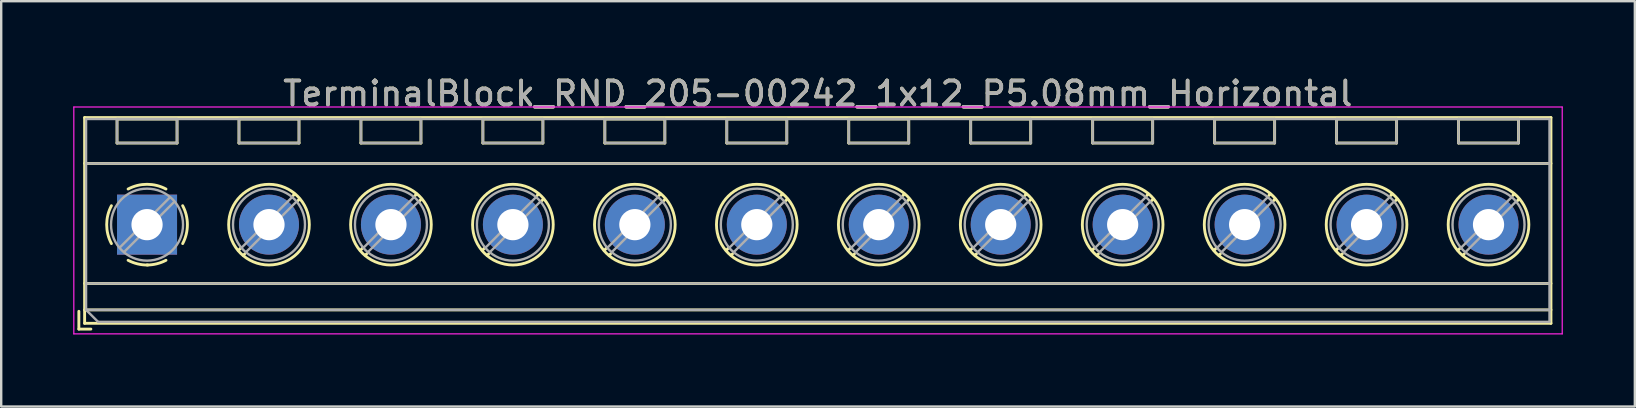
<source format=kicad_pcb>
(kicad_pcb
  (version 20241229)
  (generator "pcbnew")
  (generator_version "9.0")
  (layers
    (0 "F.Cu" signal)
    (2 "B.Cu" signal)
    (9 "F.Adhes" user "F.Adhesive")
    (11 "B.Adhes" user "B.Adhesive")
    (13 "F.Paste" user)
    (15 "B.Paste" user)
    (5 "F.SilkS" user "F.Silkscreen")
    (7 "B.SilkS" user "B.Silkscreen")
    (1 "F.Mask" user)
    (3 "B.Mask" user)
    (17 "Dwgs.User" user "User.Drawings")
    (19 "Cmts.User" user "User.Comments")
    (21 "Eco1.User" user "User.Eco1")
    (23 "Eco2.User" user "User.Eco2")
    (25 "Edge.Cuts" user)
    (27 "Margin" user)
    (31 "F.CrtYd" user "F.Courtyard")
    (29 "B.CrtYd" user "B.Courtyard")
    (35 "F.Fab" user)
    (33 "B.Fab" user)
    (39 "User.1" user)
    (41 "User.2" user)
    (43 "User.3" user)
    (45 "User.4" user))
  (footprint "TerminalBlock_RND_205-00242_1x12_P5.08mm_Horizontal"
    (layer "F.Cu")
    (at 3.075 6.308)
    (property "Reference" "TerminalBlock_RND_205-00242_1x12_P5.08mm_Horizontal" (at 27.94 -5.46 0) (layer "F.SilkS") (effects (font (size 1 1) (thickness 0.15))))
    (attr through_hole)
    (fp_line (start -2.84 3.61) (end -2.84 4.35) (stroke (width 0.12) (type solid)) (layer "F.SilkS"))
    (fp_line (start -2.84 4.35) (end -2.34 4.35) (stroke (width 0.12) (type solid)) (layer "F.SilkS"))
    (fp_line (start -2.6 -4.46) (end -2.6 4.11) (stroke (width 0.12) (type solid)) (layer "F.SilkS"))
    (fp_line (start -2.6 -4.46) (end 58.48 -4.46) (stroke (width 0.12) (type solid)) (layer "F.SilkS"))
    (fp_line (start -2.6 -2.55) (end 58.48 -2.55) (stroke (width 0.12) (type solid)) (layer "F.SilkS"))
    (fp_line (start -2.6 2.45) (end 58.48 2.45) (stroke (width 0.12) (type solid)) (layer "F.SilkS"))
    (fp_line (start -2.6 3.55) (end 58.48 3.55) (stroke (width 0.12) (type solid)) (layer "F.SilkS"))
    (fp_line (start -2.6 4.11) (end 58.48 4.11) (stroke (width 0.12) (type solid)) (layer "F.SilkS"))
    (fp_line (start -1.25 -4.4) (end -1.25 -3.4) (stroke (width 0.12) (type solid)) (layer "F.SilkS"))
    (fp_line (start -1.25 -4.4) (end 1.25 -4.4) (stroke (width 0.12) (type solid)) (layer "F.SilkS"))
    (fp_line (start -1.25 -3.4) (end 1.25 -3.4) (stroke (width 0.12) (type solid)) (layer "F.SilkS"))
    (fp_line (start 1.25 -4.4) (end 1.25 -3.4) (stroke (width 0.12) (type solid)) (layer "F.SilkS"))
    (fp_line (start 3.83 -4.4) (end 3.83 -3.4) (stroke (width 0.12) (type solid)) (layer "F.SilkS"))
    (fp_line (start 3.83 -4.4) (end 6.33 -4.4) (stroke (width 0.12) (type solid)) (layer "F.SilkS"))
    (fp_line (start 3.83 -3.4) (end 6.33 -3.4) (stroke (width 0.12) (type solid)) (layer "F.SilkS"))
    (fp_line (start 3.9 0.976) (end 3.806 1.069) (stroke (width 0.12) (type solid)) (layer "F.SilkS"))
    (fp_line (start 4.07 1.216) (end 4.011 1.274) (stroke (width 0.12) (type solid)) (layer "F.SilkS"))
    (fp_line (start 6.15 -1.275) (end 6.091 -1.216) (stroke (width 0.12) (type solid)) (layer "F.SilkS"))
    (fp_line (start 6.33 -4.4) (end 6.33 -3.4) (stroke (width 0.12) (type solid)) (layer "F.SilkS"))
    (fp_line (start 6.355 -1.069) (end 6.261 -0.976) (stroke (width 0.12) (type solid)) (layer "F.SilkS"))
    (fp_line (start 8.91 -4.4) (end 8.91 -3.4) (stroke (width 0.12) (type solid)) (layer "F.SilkS"))
    (fp_line (start 8.91 -4.4) (end 11.41 -4.4) (stroke (width 0.12) (type solid)) (layer "F.SilkS"))
    (fp_line (start 8.91 -3.4) (end 11.41 -3.4) (stroke (width 0.12) (type solid)) (layer "F.SilkS"))
    (fp_line (start 8.98 0.976) (end 8.886 1.069) (stroke (width 0.12) (type solid)) (layer "F.SilkS"))
    (fp_line (start 9.15 1.216) (end 9.091 1.274) (stroke (width 0.12) (type solid)) (layer "F.SilkS"))
    (fp_line (start 11.23 -1.275) (end 11.171 -1.216) (stroke (width 0.12) (type solid)) (layer "F.SilkS"))
    (fp_line (start 11.41 -4.4) (end 11.41 -3.4) (stroke (width 0.12) (type solid)) (layer "F.SilkS"))
    (fp_line (start 11.435 -1.069) (end 11.341 -0.976) (stroke (width 0.12) (type solid)) (layer "F.SilkS"))
    (fp_line (start 13.99 -4.4) (end 13.99 -3.4) (stroke (width 0.12) (type solid)) (layer "F.SilkS"))
    (fp_line (start 13.99 -4.4) (end 16.49 -4.4) (stroke (width 0.12) (type solid)) (layer "F.SilkS"))
    (fp_line (start 13.99 -3.4) (end 16.49 -3.4) (stroke (width 0.12) (type solid)) (layer "F.SilkS"))
    (fp_line (start 14.06 0.976) (end 13.966 1.069) (stroke (width 0.12) (type solid)) (layer "F.SilkS"))
    (fp_line (start 14.23 1.216) (end 14.171 1.274) (stroke (width 0.12) (type solid)) (layer "F.SilkS"))
    (fp_line (start 16.31 -1.275) (end 16.251 -1.216) (stroke (width 0.12) (type solid)) (layer "F.SilkS"))
    (fp_line (start 16.49 -4.4) (end 16.49 -3.4) (stroke (width 0.12) (type solid)) (layer "F.SilkS"))
    (fp_line (start 16.515 -1.069) (end 16.421 -0.976) (stroke (width 0.12) (type solid)) (layer "F.SilkS"))
    (fp_line (start 19.07 -4.4) (end 19.07 -3.4) (stroke (width 0.12) (type solid)) (layer "F.SilkS"))
    (fp_line (start 19.07 -4.4) (end 21.57 -4.4) (stroke (width 0.12) (type solid)) (layer "F.SilkS"))
    (fp_line (start 19.07 -3.4) (end 21.57 -3.4) (stroke (width 0.12) (type solid)) (layer "F.SilkS"))
    (fp_line (start 19.14 0.976) (end 19.046 1.069) (stroke (width 0.12) (type solid)) (layer "F.SilkS"))
    (fp_line (start 19.31 1.216) (end 19.251 1.274) (stroke (width 0.12) (type solid)) (layer "F.SilkS"))
    (fp_line (start 21.39 -1.275) (end 21.331 -1.216) (stroke (width 0.12) (type solid)) (layer "F.SilkS"))
    (fp_line (start 21.57 -4.4) (end 21.57 -3.4) (stroke (width 0.12) (type solid)) (layer "F.SilkS"))
    (fp_line (start 21.595 -1.069) (end 21.501 -0.976) (stroke (width 0.12) (type solid)) (layer "F.SilkS"))
    (fp_line (start 24.15 -4.4) (end 24.15 -3.4) (stroke (width 0.12) (type solid)) (layer "F.SilkS"))
    (fp_line (start 24.15 -4.4) (end 26.65 -4.4) (stroke (width 0.12) (type solid)) (layer "F.SilkS"))
    (fp_line (start 24.15 -3.4) (end 26.65 -3.4) (stroke (width 0.12) (type solid)) (layer "F.SilkS"))
    (fp_line (start 24.22 0.976) (end 24.126 1.069) (stroke (width 0.12) (type solid)) (layer "F.SilkS"))
    (fp_line (start 24.39 1.216) (end 24.331 1.274) (stroke (width 0.12) (type solid)) (layer "F.SilkS"))
    (fp_line (start 26.47 -1.275) (end 26.411 -1.216) (stroke (width 0.12) (type solid)) (layer "F.SilkS"))
    (fp_line (start 26.65 -4.4) (end 26.65 -3.4) (stroke (width 0.12) (type solid)) (layer "F.SilkS"))
    (fp_line (start 26.675 -1.069) (end 26.581 -0.976) (stroke (width 0.12) (type solid)) (layer "F.SilkS"))
    (fp_line (start 29.23 -4.4) (end 29.23 -3.4) (stroke (width 0.12) (type solid)) (layer "F.SilkS"))
    (fp_line (start 29.23 -4.4) (end 31.73 -4.4) (stroke (width 0.12) (type solid)) (layer "F.SilkS"))
    (fp_line (start 29.23 -3.4) (end 31.73 -3.4) (stroke (width 0.12) (type solid)) (layer "F.SilkS"))
    (fp_line (start 29.3 0.976) (end 29.206 1.069) (stroke (width 0.12) (type solid)) (layer "F.SilkS"))
    (fp_line (start 29.47 1.216) (end 29.411 1.274) (stroke (width 0.12) (type solid)) (layer "F.SilkS"))
    (fp_line (start 31.55 -1.275) (end 31.491 -1.216) (stroke (width 0.12) (type solid)) (layer "F.SilkS"))
    (fp_line (start 31.73 -4.4) (end 31.73 -3.4) (stroke (width 0.12) (type solid)) (layer "F.SilkS"))
    (fp_line (start 31.755 -1.069) (end 31.661 -0.976) (stroke (width 0.12) (type solid)) (layer "F.SilkS"))
    (fp_line (start 34.31 -4.4) (end 34.31 -3.4) (stroke (width 0.12) (type solid)) (layer "F.SilkS"))
    (fp_line (start 34.31 -4.4) (end 36.81 -4.4) (stroke (width 0.12) (type solid)) (layer "F.SilkS"))
    (fp_line (start 34.31 -3.4) (end 36.81 -3.4) (stroke (width 0.12) (type solid)) (layer "F.SilkS"))
    (fp_line (start 34.38 0.976) (end 34.286 1.069) (stroke (width 0.12) (type solid)) (layer "F.SilkS"))
    (fp_line (start 34.55 1.216) (end 34.491 1.274) (stroke (width 0.12) (type solid)) (layer "F.SilkS"))
    (fp_line (start 36.63 -1.275) (end 36.571 -1.216) (stroke (width 0.12) (type solid)) (layer "F.SilkS"))
    (fp_line (start 36.81 -4.4) (end 36.81 -3.4) (stroke (width 0.12) (type solid)) (layer "F.SilkS"))
    (fp_line (start 36.835 -1.069) (end 36.741 -0.976) (stroke (width 0.12) (type solid)) (layer "F.SilkS"))
    (fp_line (start 39.39 -4.4) (end 39.39 -3.4) (stroke (width 0.12) (type solid)) (layer "F.SilkS"))
    (fp_line (start 39.39 -4.4) (end 41.89 -4.4) (stroke (width 0.12) (type solid)) (layer "F.SilkS"))
    (fp_line (start 39.39 -3.4) (end 41.89 -3.4) (stroke (width 0.12) (type solid)) (layer "F.SilkS"))
    (fp_line (start 39.46 0.976) (end 39.366 1.069) (stroke (width 0.12) (type solid)) (layer "F.SilkS"))
    (fp_line (start 39.63 1.216) (end 39.571 1.274) (stroke (width 0.12) (type solid)) (layer "F.SilkS"))
    (fp_line (start 41.71 -1.275) (end 41.651 -1.216) (stroke (width 0.12) (type solid)) (layer "F.SilkS"))
    (fp_line (start 41.89 -4.4) (end 41.89 -3.4) (stroke (width 0.12) (type solid)) (layer "F.SilkS"))
    (fp_line (start 41.915 -1.069) (end 41.821 -0.976) (stroke (width 0.12) (type solid)) (layer "F.SilkS"))
    (fp_line (start 44.47 -4.4) (end 44.47 -3.4) (stroke (width 0.12) (type solid)) (layer "F.SilkS"))
    (fp_line (start 44.47 -4.4) (end 46.97 -4.4) (stroke (width 0.12) (type solid)) (layer "F.SilkS"))
    (fp_line (start 44.47 -3.4) (end 46.97 -3.4) (stroke (width 0.12) (type solid)) (layer "F.SilkS"))
    (fp_line (start 44.54 0.976) (end 44.446 1.069) (stroke (width 0.12) (type solid)) (layer "F.SilkS"))
    (fp_line (start 44.71 1.216) (end 44.651 1.274) (stroke (width 0.12) (type solid)) (layer "F.SilkS"))
    (fp_line (start 46.79 -1.275) (end 46.731 -1.216) (stroke (width 0.12) (type solid)) (layer "F.SilkS"))
    (fp_line (start 46.97 -4.4) (end 46.97 -3.4) (stroke (width 0.12) (type solid)) (layer "F.SilkS"))
    (fp_line (start 46.995 -1.069) (end 46.901 -0.976) (stroke (width 0.12) (type solid)) (layer "F.SilkS"))
    (fp_line (start 49.55 -4.4) (end 49.55 -3.4) (stroke (width 0.12) (type solid)) (layer "F.SilkS"))
    (fp_line (start 49.55 -4.4) (end 52.05 -4.4) (stroke (width 0.12) (type solid)) (layer "F.SilkS"))
    (fp_line (start 49.55 -3.4) (end 52.05 -3.4) (stroke (width 0.12) (type solid)) (layer "F.SilkS"))
    (fp_line (start 49.62 0.976) (end 49.526 1.069) (stroke (width 0.12) (type solid)) (layer "F.SilkS"))
    (fp_line (start 49.79 1.216) (end 49.731 1.274) (stroke (width 0.12) (type solid)) (layer "F.SilkS"))
    (fp_line (start 51.87 -1.275) (end 51.811 -1.216) (stroke (width 0.12) (type solid)) (layer "F.SilkS"))
    (fp_line (start 52.05 -4.4) (end 52.05 -3.4) (stroke (width 0.12) (type solid)) (layer "F.SilkS"))
    (fp_line (start 52.075 -1.069) (end 51.981 -0.976) (stroke (width 0.12) (type solid)) (layer "F.SilkS"))
    (fp_line (start 54.63 -4.4) (end 54.63 -3.4) (stroke (width 0.12) (type solid)) (layer "F.SilkS"))
    (fp_line (start 54.63 -4.4) (end 57.13 -4.4) (stroke (width 0.12) (type solid)) (layer "F.SilkS"))
    (fp_line (start 54.63 -3.4) (end 57.13 -3.4) (stroke (width 0.12) (type solid)) (layer "F.SilkS"))
    (fp_line (start 54.7 0.976) (end 54.606 1.069) (stroke (width 0.12) (type solid)) (layer "F.SilkS"))
    (fp_line (start 54.87 1.216) (end 54.811 1.274) (stroke (width 0.12) (type solid)) (layer "F.SilkS"))
    (fp_line (start 56.95 -1.275) (end 56.891 -1.216) (stroke (width 0.12) (type solid)) (layer "F.SilkS"))
    (fp_line (start 57.13 -4.4) (end 57.13 -3.4) (stroke (width 0.12) (type solid)) (layer "F.SilkS"))
    (fp_line (start 57.155 -1.069) (end 57.061 -0.976) (stroke (width 0.12) (type solid)) (layer "F.SilkS"))
    (fp_line (start 58.48 -4.46) (end 58.48 4.11) (stroke (width 0.12) (type solid)) (layer "F.SilkS"))
    (fp_arc (start -1.483953 0.789089) (mid -1.680708 0.00005) (end -1.484 -0.789) (stroke (width 0.12) (type solid)) (layer "F.SilkS"))
    (fp_arc (start -0.789089 -1.483953) (mid -0.00005 -1.680708) (end 0.789 -1.484) (stroke (width 0.12) (type solid)) (layer "F.SilkS"))
    (fp_arc (start 0.029383 1.68045) (mid -0.392304 1.634281) (end -0.789 1.484) (stroke (width 0.12) (type solid)) (layer "F.SilkS"))
    (fp_arc (start 0.788712 1.483352) (mid 0.406429 1.630097) (end 0 1.68) (stroke (width 0.12) (type solid)) (layer "F.SilkS"))
    (fp_arc (start 1.483953 -0.789089) (mid 1.680708 -0.00005) (end 1.484 0.789) (stroke (width 0.12) (type solid)) (layer "F.SilkS"))
    (fp_circle (center 5.08 0) (end 6.76 0) (stroke (width 0.12) (type solid)) (fill no) (layer "F.SilkS"))
    (fp_circle (center 10.16 0) (end 11.84 0) (stroke (width 0.12) (type solid)) (fill no) (layer "F.SilkS"))
    (fp_circle (center 15.24 0) (end 16.92 0) (stroke (width 0.12) (type solid)) (fill no) (layer "F.SilkS"))
    (fp_circle (center 20.32 0) (end 22 0) (stroke (width 0.12) (type solid)) (fill no) (layer "F.SilkS"))
    (fp_circle (center 25.4 0) (end 27.08 0) (stroke (width 0.12) (type solid)) (fill no) (layer "F.SilkS"))
    (fp_circle (center 30.48 0) (end 32.16 0) (stroke (width 0.12) (type solid)) (fill no) (layer "F.SilkS"))
    (fp_circle (center 35.56 0) (end 37.24 0) (stroke (width 0.12) (type solid)) (fill no) (layer "F.SilkS"))
    (fp_circle (center 40.64 0) (end 42.32 0) (stroke (width 0.12) (type solid)) (fill no) (layer "F.SilkS"))
    (fp_circle (center 45.72 0) (end 47.4 0) (stroke (width 0.12) (type solid)) (fill no) (layer "F.SilkS"))
    (fp_circle (center 50.8 0) (end 52.48 0) (stroke (width 0.12) (type solid)) (fill no) (layer "F.SilkS"))
    (fp_circle (center 55.88 0) (end 57.56 0) (stroke (width 0.12) (type solid)) (fill no) (layer "F.SilkS"))
    (fp_line (start -3.05 -4.9) (end -3.05 4.55) (stroke (width 0.05) (type solid)) (layer "F.CrtYd"))
    (fp_line (start -3.05 4.55) (end 58.95 4.55) (stroke (width 0.05) (type solid)) (layer "F.CrtYd"))
    (fp_line (start 58.95 -4.9) (end -3.05 -4.9) (stroke (width 0.05) (type solid)) (layer "F.CrtYd"))
    (fp_line (start 58.95 4.55) (end 58.95 -4.9) (stroke (width 0.05) (type solid)) (layer "F.CrtYd"))
    (fp_line (start -2.54 -4.4) (end 58.42 -4.4) (stroke (width 0.1) (type solid)) (layer "F.Fab"))
    (fp_line (start -2.54 -2.55) (end 58.42 -2.55) (stroke (width 0.1) (type solid)) (layer "F.Fab"))
    (fp_line (start -2.54 2.45) (end 58.42 2.45) (stroke (width 0.1) (type solid)) (layer "F.Fab"))
    (fp_line (start -2.54 3.55) (end -2.54 -4.4) (stroke (width 0.1) (type solid)) (layer "F.Fab"))
    (fp_line (start -2.54 3.55) (end 58.42 3.55) (stroke (width 0.1) (type solid)) (layer "F.Fab"))
    (fp_line (start -2.04 4.05) (end -2.54 3.55) (stroke (width 0.1) (type solid)) (layer "F.Fab"))
    (fp_line (start -1.25 -4.4) (end -1.25 -3.4) (stroke (width 0.1) (type solid)) (layer "F.Fab"))
    (fp_line (start -1.25 -3.4) (end 1.25 -3.4) (stroke (width 0.1) (type solid)) (layer "F.Fab"))
    (fp_line (start 0.955 -1.138) (end -1.138 0.955) (stroke (width 0.1) (type solid)) (layer "F.Fab"))
    (fp_line (start 1.138 -0.955) (end -0.955 1.138) (stroke (width 0.1) (type solid)) (layer "F.Fab"))
    (fp_line (start 1.25 -4.4) (end -1.25 -4.4) (stroke (width 0.1) (type solid)) (layer "F.Fab"))
    (fp_line (start 1.25 -3.4) (end 1.25 -4.4) (stroke (width 0.1) (type solid)) (layer "F.Fab"))
    (fp_line (start 3.83 -4.4) (end 3.83 -3.4) (stroke (width 0.1) (type solid)) (layer "F.Fab"))
    (fp_line (start 3.83 -3.4) (end 6.33 -3.4) (stroke (width 0.1) (type solid)) (layer "F.Fab"))
    (fp_line (start 6.035 -1.138) (end 3.943 0.955) (stroke (width 0.1) (type solid)) (layer "F.Fab"))
    (fp_line (start 6.218 -0.955) (end 4.126 1.138) (stroke (width 0.1) (type solid)) (layer "F.Fab"))
    (fp_line (start 6.33 -4.4) (end 3.83 -4.4) (stroke (width 0.1) (type solid)) (layer "F.Fab"))
    (fp_line (start 6.33 -3.4) (end 6.33 -4.4) (stroke (width 0.1) (type solid)) (layer "F.Fab"))
    (fp_line (start 8.91 -4.4) (end 8.91 -3.4) (stroke (width 0.1) (type solid)) (layer "F.Fab"))
    (fp_line (start 8.91 -3.4) (end 11.41 -3.4) (stroke (width 0.1) (type solid)) (layer "F.Fab"))
    (fp_line (start 11.115 -1.138) (end 9.023 0.955) (stroke (width 0.1) (type solid)) (layer "F.Fab"))
    (fp_line (start 11.298 -0.955) (end 9.206 1.138) (stroke (width 0.1) (type solid)) (layer "F.Fab"))
    (fp_line (start 11.41 -4.4) (end 8.91 -4.4) (stroke (width 0.1) (type solid)) (layer "F.Fab"))
    (fp_line (start 11.41 -3.4) (end 11.41 -4.4) (stroke (width 0.1) (type solid)) (layer "F.Fab"))
    (fp_line (start 13.99 -4.4) (end 13.99 -3.4) (stroke (width 0.1) (type solid)) (layer "F.Fab"))
    (fp_line (start 13.99 -3.4) (end 16.49 -3.4) (stroke (width 0.1) (type solid)) (layer "F.Fab"))
    (fp_line (start 16.195 -1.138) (end 14.103 0.955) (stroke (width 0.1) (type solid)) (layer "F.Fab"))
    (fp_line (start 16.378 -0.955) (end 14.286 1.138) (stroke (width 0.1) (type solid)) (layer "F.Fab"))
    (fp_line (start 16.49 -4.4) (end 13.99 -4.4) (stroke (width 0.1) (type solid)) (layer "F.Fab"))
    (fp_line (start 16.49 -3.4) (end 16.49 -4.4) (stroke (width 0.1) (type solid)) (layer "F.Fab"))
    (fp_line (start 19.07 -4.4) (end 19.07 -3.4) (stroke (width 0.1) (type solid)) (layer "F.Fab"))
    (fp_line (start 19.07 -3.4) (end 21.57 -3.4) (stroke (width 0.1) (type solid)) (layer "F.Fab"))
    (fp_line (start 21.275 -1.138) (end 19.183 0.955) (stroke (width 0.1) (type solid)) (layer "F.Fab"))
    (fp_line (start 21.458 -0.955) (end 19.366 1.138) (stroke (width 0.1) (type solid)) (layer "F.Fab"))
    (fp_line (start 21.57 -4.4) (end 19.07 -4.4) (stroke (width 0.1) (type solid)) (layer "F.Fab"))
    (fp_line (start 21.57 -3.4) (end 21.57 -4.4) (stroke (width 0.1) (type solid)) (layer "F.Fab"))
    (fp_line (start 24.15 -4.4) (end 24.15 -3.4) (stroke (width 0.1) (type solid)) (layer "F.Fab"))
    (fp_line (start 24.15 -3.4) (end 26.65 -3.4) (stroke (width 0.1) (type solid)) (layer "F.Fab"))
    (fp_line (start 26.355 -1.138) (end 24.263 0.955) (stroke (width 0.1) (type solid)) (layer "F.Fab"))
    (fp_line (start 26.538 -0.955) (end 24.446 1.138) (stroke (width 0.1) (type solid)) (layer "F.Fab"))
    (fp_line (start 26.65 -4.4) (end 24.15 -4.4) (stroke (width 0.1) (type solid)) (layer "F.Fab"))
    (fp_line (start 26.65 -3.4) (end 26.65 -4.4) (stroke (width 0.1) (type solid)) (layer "F.Fab"))
    (fp_line (start 29.23 -4.4) (end 29.23 -3.4) (stroke (width 0.1) (type solid)) (layer "F.Fab"))
    (fp_line (start 29.23 -3.4) (end 31.73 -3.4) (stroke (width 0.1) (type solid)) (layer "F.Fab"))
    (fp_line (start 31.435 -1.138) (end 29.343 0.955) (stroke (width 0.1) (type solid)) (layer "F.Fab"))
    (fp_line (start 31.618 -0.955) (end 29.526 1.138) (stroke (width 0.1) (type solid)) (layer "F.Fab"))
    (fp_line (start 31.73 -4.4) (end 29.23 -4.4) (stroke (width 0.1) (type solid)) (layer "F.Fab"))
    (fp_line (start 31.73 -3.4) (end 31.73 -4.4) (stroke (width 0.1) (type solid)) (layer "F.Fab"))
    (fp_line (start 34.31 -4.4) (end 34.31 -3.4) (stroke (width 0.1) (type solid)) (layer "F.Fab"))
    (fp_line (start 34.31 -3.4) (end 36.81 -3.4) (stroke (width 0.1) (type solid)) (layer "F.Fab"))
    (fp_line (start 36.515 -1.138) (end 34.423 0.955) (stroke (width 0.1) (type solid)) (layer "F.Fab"))
    (fp_line (start 36.698 -0.955) (end 34.606 1.138) (stroke (width 0.1) (type solid)) (layer "F.Fab"))
    (fp_line (start 36.81 -4.4) (end 34.31 -4.4) (stroke (width 0.1) (type solid)) (layer "F.Fab"))
    (fp_line (start 36.81 -3.4) (end 36.81 -4.4) (stroke (width 0.1) (type solid)) (layer "F.Fab"))
    (fp_line (start 39.39 -4.4) (end 39.39 -3.4) (stroke (width 0.1) (type solid)) (layer "F.Fab"))
    (fp_line (start 39.39 -3.4) (end 41.89 -3.4) (stroke (width 0.1) (type solid)) (layer "F.Fab"))
    (fp_line (start 41.595 -1.138) (end 39.503 0.955) (stroke (width 0.1) (type solid)) (layer "F.Fab"))
    (fp_line (start 41.778 -0.955) (end 39.686 1.138) (stroke (width 0.1) (type solid)) (layer "F.Fab"))
    (fp_line (start 41.89 -4.4) (end 39.39 -4.4) (stroke (width 0.1) (type solid)) (layer "F.Fab"))
    (fp_line (start 41.89 -3.4) (end 41.89 -4.4) (stroke (width 0.1) (type solid)) (layer "F.Fab"))
    (fp_line (start 44.47 -4.4) (end 44.47 -3.4) (stroke (width 0.1) (type solid)) (layer "F.Fab"))
    (fp_line (start 44.47 -3.4) (end 46.97 -3.4) (stroke (width 0.1) (type solid)) (layer "F.Fab"))
    (fp_line (start 46.675 -1.138) (end 44.583 0.955) (stroke (width 0.1) (type solid)) (layer "F.Fab"))
    (fp_line (start 46.858 -0.955) (end 44.766 1.138) (stroke (width 0.1) (type solid)) (layer "F.Fab"))
    (fp_line (start 46.97 -4.4) (end 44.47 -4.4) (stroke (width 0.1) (type solid)) (layer "F.Fab"))
    (fp_line (start 46.97 -3.4) (end 46.97 -4.4) (stroke (width 0.1) (type solid)) (layer "F.Fab"))
    (fp_line (start 49.55 -4.4) (end 49.55 -3.4) (stroke (width 0.1) (type solid)) (layer "F.Fab"))
    (fp_line (start 49.55 -3.4) (end 52.05 -3.4) (stroke (width 0.1) (type solid)) (layer "F.Fab"))
    (fp_line (start 51.755 -1.138) (end 49.663 0.955) (stroke (width 0.1) (type solid)) (layer "F.Fab"))
    (fp_line (start 51.938 -0.955) (end 49.846 1.138) (stroke (width 0.1) (type solid)) (layer "F.Fab"))
    (fp_line (start 52.05 -4.4) (end 49.55 -4.4) (stroke (width 0.1) (type solid)) (layer "F.Fab"))
    (fp_line (start 52.05 -3.4) (end 52.05 -4.4) (stroke (width 0.1) (type solid)) (layer "F.Fab"))
    (fp_line (start 54.63 -4.4) (end 54.63 -3.4) (stroke (width 0.1) (type solid)) (layer "F.Fab"))
    (fp_line (start 54.63 -3.4) (end 57.13 -3.4) (stroke (width 0.1) (type solid)) (layer "F.Fab"))
    (fp_line (start 56.835 -1.138) (end 54.743 0.955) (stroke (width 0.1) (type solid)) (layer "F.Fab"))
    (fp_line (start 57.018 -0.955) (end 54.926 1.138) (stroke (width 0.1) (type solid)) (layer "F.Fab"))
    (fp_line (start 57.13 -4.4) (end 54.63 -4.4) (stroke (width 0.1) (type solid)) (layer "F.Fab"))
    (fp_line (start 57.13 -3.4) (end 57.13 -4.4) (stroke (width 0.1) (type solid)) (layer "F.Fab"))
    (fp_line (start 58.42 -4.4) (end 58.42 4.05) (stroke (width 0.1) (type solid)) (layer "F.Fab"))
    (fp_line (start 58.42 4.05) (end -2.04 4.05) (stroke (width 0.1) (type solid)) (layer "F.Fab"))
    (fp_circle (center 0 0) (end 1.5 0) (stroke (width 0.1) (type solid)) (fill no) (layer "F.Fab"))
    (fp_circle (center 5.08 0) (end 6.58 0) (stroke (width 0.1) (type solid)) (fill no) (layer "F.Fab"))
    (fp_circle (center 10.16 0) (end 11.66 0) (stroke (width 0.1) (type solid)) (fill no) (layer "F.Fab"))
    (fp_circle (center 15.24 0) (end 16.74 0) (stroke (width 0.1) (type solid)) (fill no) (layer "F.Fab"))
    (fp_circle (center 20.32 0) (end 21.82 0) (stroke (width 0.1) (type solid)) (fill no) (layer "F.Fab"))
    (fp_circle (center 25.4 0) (end 26.9 0) (stroke (width 0.1) (type solid)) (fill no) (layer "F.Fab"))
    (fp_circle (center 30.48 0) (end 31.98 0) (stroke (width 0.1) (type solid)) (fill no) (layer "F.Fab"))
    (fp_circle (center 35.56 0) (end 37.06 0) (stroke (width 0.1) (type solid)) (fill no) (layer "F.Fab"))
    (fp_circle (center 40.64 0) (end 42.14 0) (stroke (width 0.1) (type solid)) (fill no) (layer "F.Fab"))
    (fp_circle (center 45.72 0) (end 47.22 0) (stroke (width 0.1) (type solid)) (fill no) (layer "F.Fab"))
    (fp_circle (center 50.8 0) (end 52.3 0) (stroke (width 0.1) (type solid)) (fill no) (layer "F.Fab"))
    (fp_circle (center 55.88 0) (end 57.38 0) (stroke (width 0.1) (type solid)) (fill no) (layer "F.Fab"))
    (fp_text user "${REFERENCE}" (at 27.94 -5.46 0) (layer "F.Fab") (effects (font (size 1 1) (thickness 0.15))))
    (pad "1" thru_hole rect (at 0 0) (size 2.5 2.5) (drill 1.3) (layers "*.Cu" "*.Mask"))
    (pad "2" thru_hole circle (at 5.08 0) (size 2.5 2.5) (drill 1.3) (layers "*.Cu" "*.Mask"))
    (pad "3" thru_hole circle (at 10.16 0) (size 2.5 2.5) (drill 1.3) (layers "*.Cu" "*.Mask"))
    (pad "4" thru_hole circle (at 15.24 0) (size 2.5 2.5) (drill 1.3) (layers "*.Cu" "*.Mask"))
    (pad "5" thru_hole circle (at 20.32 0) (size 2.5 2.5) (drill 1.3) (layers "*.Cu" "*.Mask"))
    (pad "6" thru_hole circle (at 25.4 0) (size 2.5 2.5) (drill 1.3) (layers "*.Cu" "*.Mask"))
    (pad "7" thru_hole circle (at 30.48 0) (size 2.5 2.5) (drill 1.3) (layers "*.Cu" "*.Mask"))
    (pad "8" thru_hole circle (at 35.56 0) (size 2.5 2.5) (drill 1.3) (layers "*.Cu" "*.Mask"))
    (pad "9" thru_hole circle (at 40.64 0) (size 2.5 2.5) (drill 1.3) (layers "*.Cu" "*.Mask"))
    (pad "10" thru_hole circle (at 45.72 0) (size 2.5 2.5) (drill 1.3) (layers "*.Cu" "*.Mask"))
    (pad "11" thru_hole circle (at 50.8 0) (size 2.5 2.5) (drill 1.3) (layers "*.Cu" "*.Mask"))
    (pad "12" thru_hole circle (at 55.88 0) (size 2.5 2.5) (drill 1.3) (layers "*.Cu" "*.Mask")))
  (gr_rect
    (start -3 -3)
    (end 65.05 13.883)
    (stroke (width 0.1) (type default))
    (fill no)
    (layer "Edge.Cuts")))
</source>
